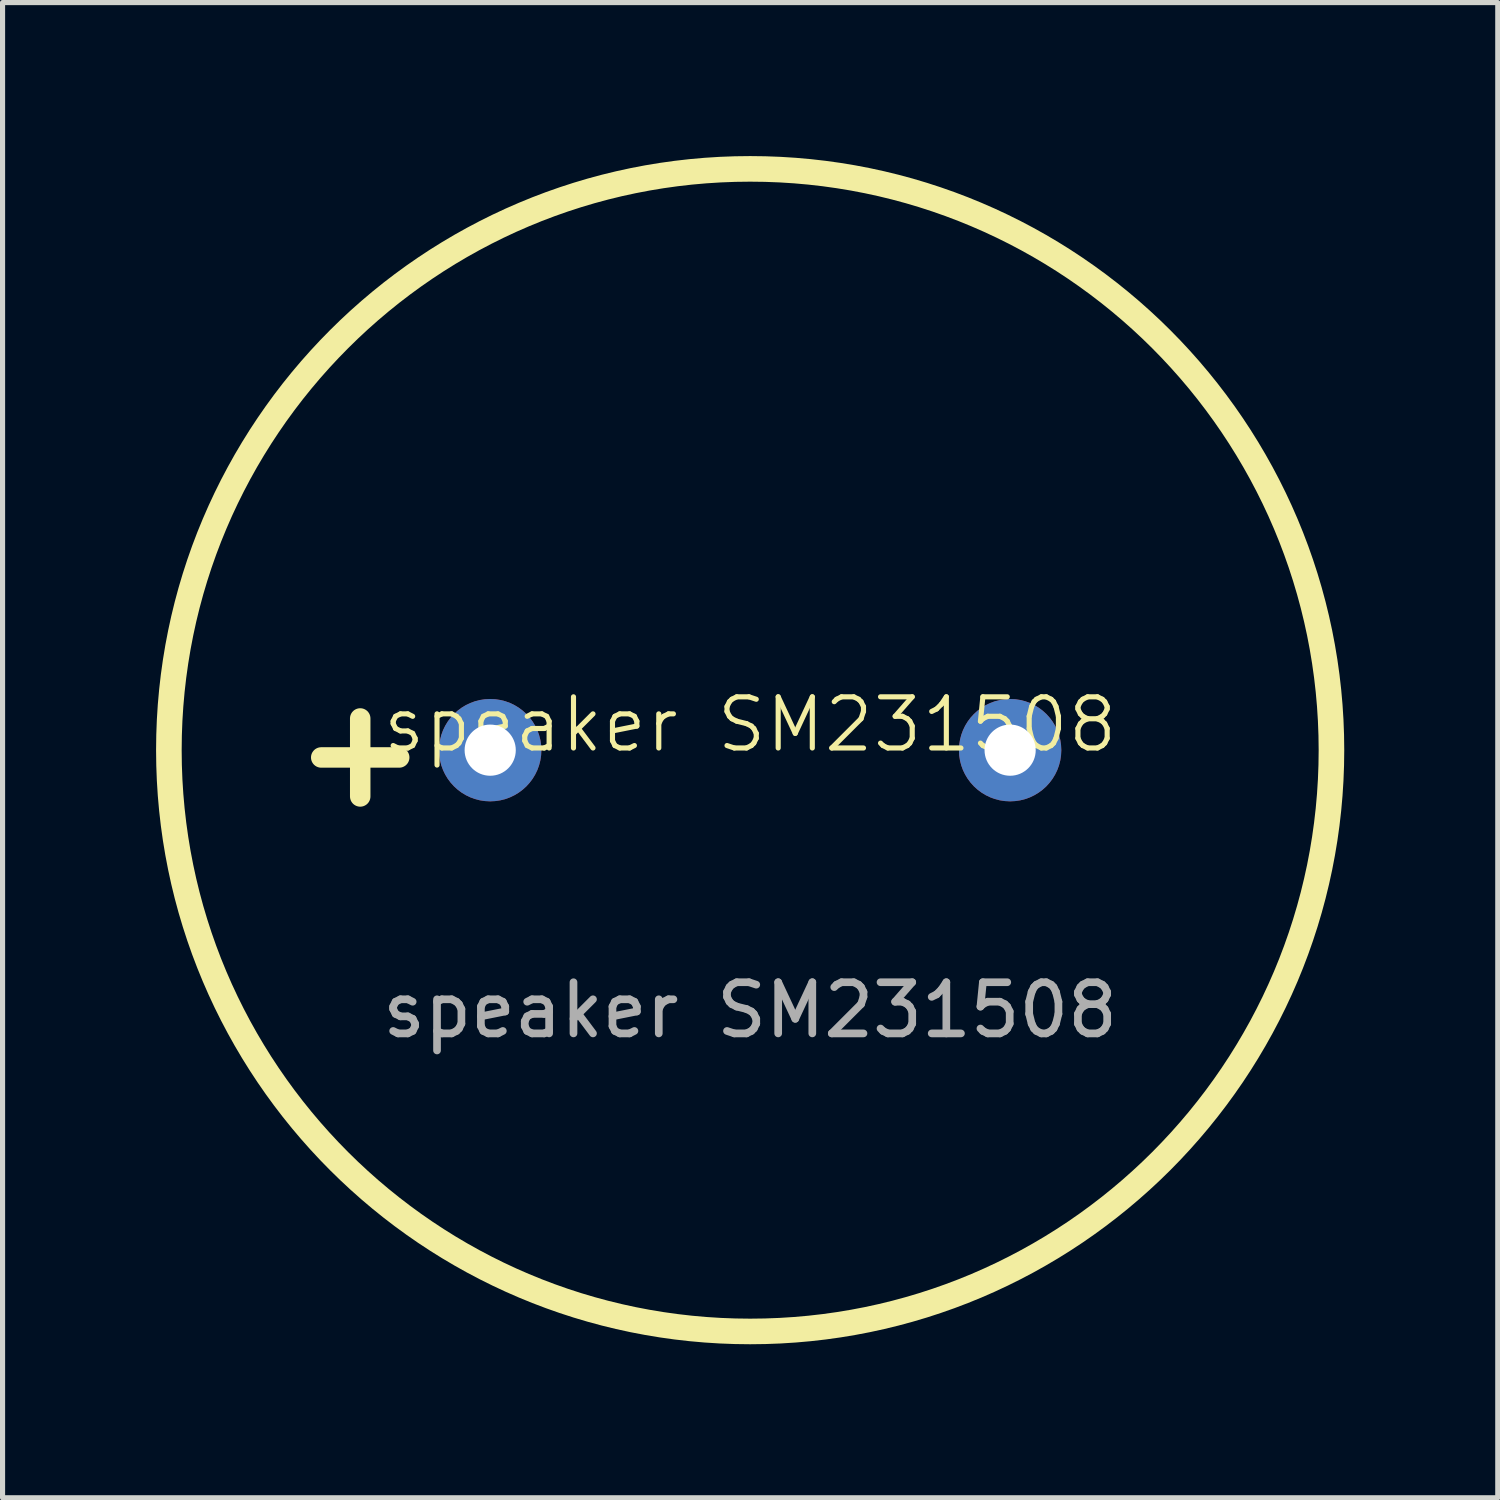
<source format=kicad_pcb>
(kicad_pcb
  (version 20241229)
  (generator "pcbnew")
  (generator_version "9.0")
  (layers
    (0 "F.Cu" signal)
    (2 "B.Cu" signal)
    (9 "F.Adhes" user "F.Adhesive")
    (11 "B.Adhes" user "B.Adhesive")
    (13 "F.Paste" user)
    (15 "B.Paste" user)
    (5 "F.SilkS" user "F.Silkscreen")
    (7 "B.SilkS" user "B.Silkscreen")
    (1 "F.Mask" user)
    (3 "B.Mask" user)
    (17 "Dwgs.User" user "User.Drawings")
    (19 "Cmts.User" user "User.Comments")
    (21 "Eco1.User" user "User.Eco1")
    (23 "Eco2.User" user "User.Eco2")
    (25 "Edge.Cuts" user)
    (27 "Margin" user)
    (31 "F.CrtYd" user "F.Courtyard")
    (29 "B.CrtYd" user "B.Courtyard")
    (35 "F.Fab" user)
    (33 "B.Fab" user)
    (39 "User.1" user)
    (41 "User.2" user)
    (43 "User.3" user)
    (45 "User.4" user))
  (footprint "speaker SM231508"
    (layer "F.Cu")
    (at 11.609 11.609)
    (property "Reference" "speaker SM231508" (at 0 -0.5 0) (unlocked yes) (layer "F.SilkS") (effects (font (size 1 1) (thickness 0.1))))
    (attr through_hole)
    (fp_circle (center 0 0) (end 11.359 0) (stroke (width 0.5) (type default)) (fill no) (layer "F.SilkS"))
    (fp_text user "+" (at -7.62 0 0) (unlocked yes) (layer "F.SilkS") (effects (font (size 2 2) (thickness 0.4) (bold yes))))
    (fp_text user "${REFERENCE}" (at 0 5.08 0) (unlocked yes) (layer "F.Fab") (effects (font (size 1 1) (thickness 0.15))))
    (pad "1" thru_hole circle (at -5.08 0) (size 2 2) (drill 1) (layers "*.Cu" "*.Mask"))
    (pad "2" thru_hole circle (at 5.08 0) (size 2 2) (drill 1) (layers "*.Cu" "*.Mask")))
  (gr_rect
    (start -3 -3)
    (end 26.218 26.218)
    (stroke (width 0.1) (type default))
    (fill no)
    (layer "Edge.Cuts")))
</source>
